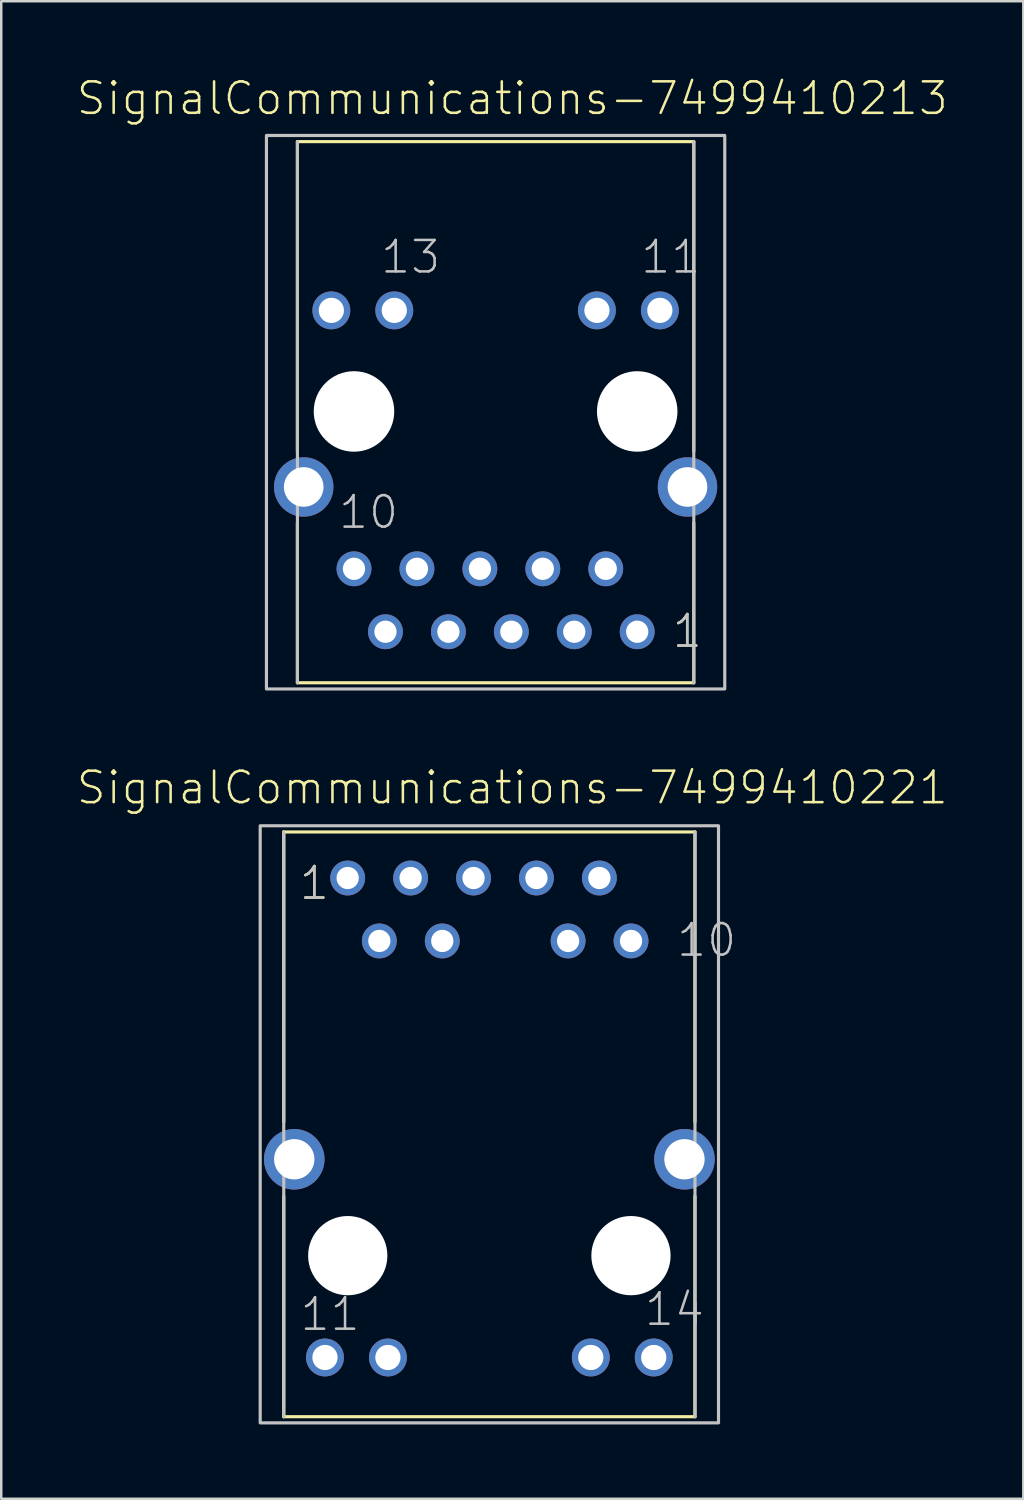
<source format=kicad_pcb>
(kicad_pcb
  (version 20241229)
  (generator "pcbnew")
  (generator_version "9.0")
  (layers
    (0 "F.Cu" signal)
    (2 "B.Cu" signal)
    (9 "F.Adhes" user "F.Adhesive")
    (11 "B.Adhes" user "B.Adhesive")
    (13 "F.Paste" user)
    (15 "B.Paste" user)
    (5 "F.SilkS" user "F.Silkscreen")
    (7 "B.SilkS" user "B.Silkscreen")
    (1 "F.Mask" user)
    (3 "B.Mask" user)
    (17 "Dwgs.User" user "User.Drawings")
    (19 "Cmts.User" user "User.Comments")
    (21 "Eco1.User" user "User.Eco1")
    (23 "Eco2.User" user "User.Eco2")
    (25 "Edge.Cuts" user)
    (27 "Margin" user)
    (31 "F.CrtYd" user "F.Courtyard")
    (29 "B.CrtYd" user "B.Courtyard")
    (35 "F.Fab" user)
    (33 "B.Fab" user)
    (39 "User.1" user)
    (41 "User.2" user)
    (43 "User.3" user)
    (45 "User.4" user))
  (footprint "SignalCommunications-7499410221"
    (layer "F.Cu")
    (at 16.699 47.624)
    (property "Reference" "SignalCommunications-7499410221" (at 0.925 -18.885 0) (layer "F.SilkS") (effects (font (size 1.27 1.27) (thickness 0.102))))
    (attr exclude_from_pos_files exclude_from_bom)
    (fp_line (start -8.298 -17.099) (end 8.298 -17.099) (stroke (width 0.127) (type solid)) (layer "F.SilkS"))
    (fp_line (start -8.298 -5.397) (end -8.298 -17.099) (stroke (width 0.127) (type solid)) (layer "F.SilkS"))
    (fp_line (start -8.298 -2.398) (end -8.298 6.5) (stroke (width 0.127) (type solid)) (layer "F.SilkS"))
    (fp_line (start 8.298 -5.397) (end 8.298 -17.099) (stroke (width 0.127) (type solid)) (layer "F.SilkS"))
    (fp_line (start 8.298 -2.398) (end 8.298 6.5) (stroke (width 0.127) (type solid)) (layer "F.SilkS"))
    (fp_line (start 8.298 6.5) (end -8.298 6.5) (stroke (width 0.127) (type solid)) (layer "F.SilkS"))
    (fp_line (start -8.298 6.5) (end -8.298 -17.099) (stroke (width 0.127) (type solid)) (layer "Dwgs.User"))
    (fp_line (start 8.298 -17.099) (end 8.298 6.5) (stroke (width 0.127) (type solid)) (layer "Dwgs.User"))
    (fp_poly (pts (xy -9.248 -17.348) (xy 9.248 -17.348) (xy 9.248 6.749) (xy -9.248 6.749) (xy -9.248 -17.348)) (stroke (width 0.127) (type solid)) (fill no) (layer "Dwgs.User"))
    (fp_text user "1" (at -7.064 -15.034 0) (layer "F.SilkS") (effects (font (size 1.27 1.27) (thickness 0.102))))
    (fp_text user "11" (at -6.429 2.365 0) (layer "Dwgs.User") (effects (font (size 1.27 1.27) (thickness 0.102))))
    (fp_text user "14" (at 7.468 2.164 0) (layer "Dwgs.User") (effects (font (size 1.27 1.27) (thickness 0.102))))
    (fp_text user "1" (at -7.064 -15.034 0) (layer "Dwgs.User") (effects (font (size 1.27 1.27) (thickness 0.102))))
    (fp_text user "10" (at 8.768 -12.733 0) (layer "Dwgs.User") (effects (font (size 1.27 1.27) (thickness 0.102))))
    (pad "" np_thru_hole circle (at -5.715 0) (size 3.198 3.198) (drill 3.198) (layers "*.Cu" "*.Mask"))
    (pad "" np_thru_hole circle (at 5.715 0) (size 3.198 3.198) (drill 3.198) (layers "*.Cu" "*.Mask"))
    (pad "1" thru_hole circle (at -5.718 -15.24) (size 1.407 1.407) (drill 0.899) (layers "*.Cu" "*.Paste" "*.Mask"))
    (pad "2" thru_hole circle (at -4.44 -12.7) (size 1.407 1.407) (drill 0.899) (layers "*.Cu" "*.Paste" "*.Mask"))
    (pad "3" thru_hole circle (at -3.178 -15.24) (size 1.407 1.407) (drill 0.899) (layers "*.Cu" "*.Paste" "*.Mask"))
    (pad "4" thru_hole circle (at -1.9 -12.7) (size 1.407 1.407) (drill 0.899) (layers "*.Cu" "*.Paste" "*.Mask"))
    (pad "5" thru_hole circle (at -0.638 -15.24) (size 1.407 1.407) (drill 0.899) (layers "*.Cu" "*.Paste" "*.Mask"))
    (pad "7" thru_hole circle (at 1.9 -15.24) (size 1.407 1.407) (drill 0.899) (layers "*.Cu" "*.Paste" "*.Mask"))
    (pad "8" thru_hole circle (at 3.178 -12.7) (size 1.407 1.407) (drill 0.899) (layers "*.Cu" "*.Paste" "*.Mask"))
    (pad "9" thru_hole circle (at 4.44 -15.24) (size 1.407 1.407) (drill 0.899) (layers "*.Cu" "*.Paste" "*.Mask"))
    (pad "10" thru_hole circle (at 5.718 -12.7) (size 1.407 1.407) (drill 0.899) (layers "*.Cu" "*.Paste" "*.Mask"))
    (pad "11" thru_hole circle (at -6.634 4.11) (size 1.529 1.529) (drill 1.019) (layers "*.Cu" "*.Paste" "*.Mask"))
    (pad "12" thru_hole circle (at -4.094 4.11) (size 1.529 1.529) (drill 1.019) (layers "*.Cu" "*.Paste" "*.Mask"))
    (pad "13" thru_hole circle (at 4.094 4.11) (size 1.529 1.529) (drill 1.019) (layers "*.Cu" "*.Paste" "*.Mask"))
    (pad "14" thru_hole circle (at 6.634 4.11) (size 1.529 1.529) (drill 1.019) (layers "*.Cu" "*.Paste" "*.Mask"))
    (pad "SHEL" thru_hole circle (at -7.874 -3.889) (size 2.443 2.443) (drill 1.628) (layers "*.Cu" "*.Paste" "*.Mask"))
    (pad "SHEL" thru_hole circle (at 7.874 -3.889) (size 2.443 2.443) (drill 1.628) (layers "*.Cu" "*.Paste" "*.Mask")))
  (footprint "SignalCommunications-7499410213"
    (layer "F.Cu")
    (at 16.951 13.555)
    (property "Reference" "SignalCommunications-7499410213" (at 0.673 -12.634 0) (layer "F.SilkS") (effects (font (size 1.27 1.27) (thickness 0.102))))
    (attr exclude_from_pos_files exclude_from_bom)
    (fp_line (start -7.998 -10.889) (end 7.998 -10.889) (stroke (width 0.127) (type solid)) (layer "F.SilkS"))
    (fp_line (start -7.998 1.598) (end -7.998 -10.889) (stroke (width 0.127) (type solid)) (layer "F.SilkS"))
    (fp_line (start -7.998 4.498) (end -7.998 10.95) (stroke (width 0.127) (type solid)) (layer "F.SilkS"))
    (fp_line (start 7.998 1.598) (end 7.998 -10.889) (stroke (width 0.127) (type solid)) (layer "F.SilkS"))
    (fp_line (start 7.998 4.498) (end 7.998 10.95) (stroke (width 0.127) (type solid)) (layer "F.SilkS"))
    (fp_line (start 7.998 10.95) (end -7.998 10.95) (stroke (width 0.127) (type solid)) (layer "F.SilkS"))
    (fp_line (start -7.998 10.95) (end -7.998 -10.889) (stroke (width 0.127) (type solid)) (layer "Dwgs.User"))
    (fp_line (start 7.998 -10.889) (end 7.998 10.95) (stroke (width 0.127) (type solid)) (layer "Dwgs.User"))
    (fp_poly (pts (xy -9.248 -11.138) (xy 9.248 -11.138) (xy 9.248 11.199) (xy -9.248 11.199) (xy -9.248 -11.138)) (stroke (width 0.127) (type solid)) (fill no) (layer "Dwgs.User"))
    (fp_text user "1" (at 7.734 8.865 0) (layer "F.SilkS") (effects (font (size 1.27 1.27) (thickness 0.102))))
    (fp_text user "10" (at -5.128 4.064 0) (layer "Dwgs.User") (effects (font (size 1.27 1.27) (thickness 0.102))))
    (fp_text user "1" (at 7.734 8.865 0) (layer "Dwgs.User") (effects (font (size 1.27 1.27) (thickness 0.102))))
    (fp_text user "13" (at -3.429 -6.233 0) (layer "Dwgs.User") (effects (font (size 1.27 1.27) (thickness 0.102))))
    (fp_text user "11" (at 7.069 -6.233 0) (layer "Dwgs.User") (effects (font (size 1.27 1.27) (thickness 0.102))))
    (pad "" np_thru_hole circle (at -5.715 0) (size 3.249 3.249) (drill 3.249) (layers "*.Cu" "*.Mask"))
    (pad "" np_thru_hole circle (at 5.715 0) (size 3.249 3.249) (drill 3.249) (layers "*.Cu" "*.Mask"))
    (pad "1" thru_hole circle (at 5.715 8.89) (size 1.407 1.407) (drill 0.899) (layers "*.Cu" "*.Paste" "*.Mask"))
    (pad "2" thru_hole circle (at 4.445 6.35) (size 1.407 1.407) (drill 0.899) (layers "*.Cu" "*.Paste" "*.Mask"))
    (pad "3" thru_hole circle (at 3.175 8.89) (size 1.407 1.407) (drill 0.899) (layers "*.Cu" "*.Paste" "*.Mask"))
    (pad "4" thru_hole circle (at 1.905 6.35) (size 1.407 1.407) (drill 0.899) (layers "*.Cu" "*.Paste" "*.Mask"))
    (pad "5" thru_hole circle (at 0.635 8.89) (size 1.407 1.407) (drill 0.899) (layers "*.Cu" "*.Paste" "*.Mask"))
    (pad "6" thru_hole circle (at -0.635 6.35) (size 1.407 1.407) (drill 0.899) (layers "*.Cu" "*.Paste" "*.Mask"))
    (pad "7" thru_hole circle (at -1.905 8.89) (size 1.407 1.407) (drill 0.899) (layers "*.Cu" "*.Paste" "*.Mask"))
    (pad "8" thru_hole circle (at -3.175 6.35) (size 1.407 1.407) (drill 0.899) (layers "*.Cu" "*.Paste" "*.Mask"))
    (pad "9" thru_hole circle (at -4.445 8.89) (size 1.407 1.407) (drill 0.899) (layers "*.Cu" "*.Paste" "*.Mask"))
    (pad "10" thru_hole circle (at -5.715 6.35) (size 1.407 1.407) (drill 0.899) (layers "*.Cu" "*.Paste" "*.Mask"))
    (pad "11" thru_hole circle (at 6.629 -4.079) (size 1.529 1.529) (drill 1.019) (layers "*.Cu" "*.Paste" "*.Mask"))
    (pad "12" thru_hole circle (at 4.089 -4.079) (size 1.529 1.529) (drill 1.019) (layers "*.Cu" "*.Paste" "*.Mask"))
    (pad "13" thru_hole circle (at -4.089 -4.079) (size 1.529 1.529) (drill 1.019) (layers "*.Cu" "*.Paste" "*.Mask"))
    (pad "14" thru_hole circle (at -6.629 -4.079) (size 1.529 1.529) (drill 1.019) (layers "*.Cu" "*.Paste" "*.Mask"))
    (pad "SHEL" thru_hole circle (at -7.744 3.048) (size 2.398 2.398) (drill 1.598) (layers "*.Cu" "*.Paste" "*.Mask"))
    (pad "SHEL" thru_hole circle (at 7.744 3.048) (size 2.398 2.398) (drill 1.598) (layers "*.Cu" "*.Paste" "*.Mask")))
  (gr_rect
    (start -3 -3)
    (end 38.248 57.436)
    (stroke (width 0.1) (type default))
    (fill no)
    (layer "Edge.Cuts")))
</source>
